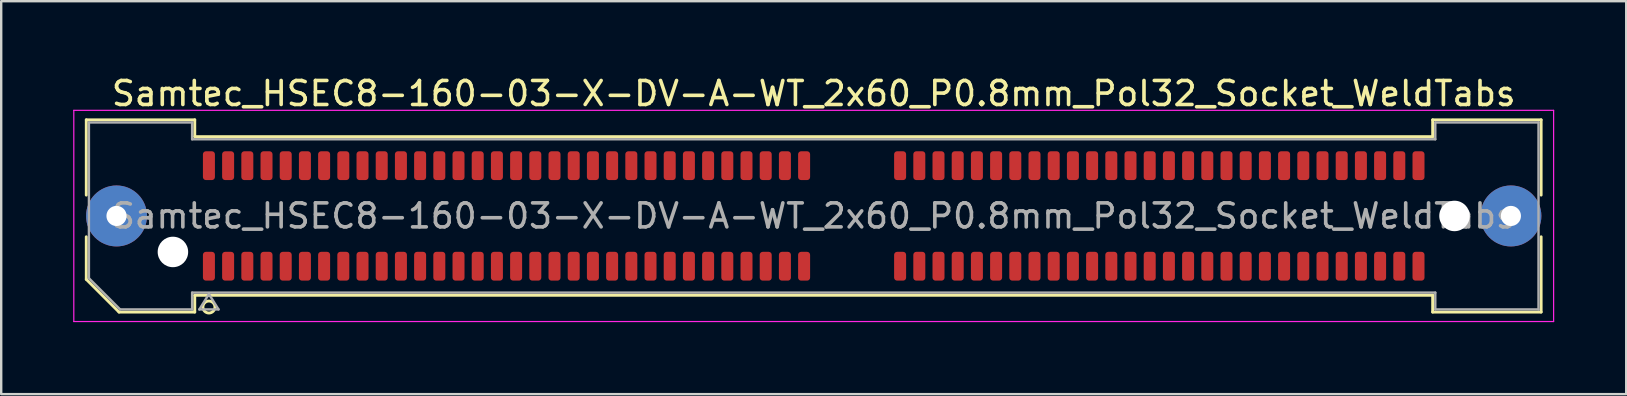
<source format=kicad_pcb>
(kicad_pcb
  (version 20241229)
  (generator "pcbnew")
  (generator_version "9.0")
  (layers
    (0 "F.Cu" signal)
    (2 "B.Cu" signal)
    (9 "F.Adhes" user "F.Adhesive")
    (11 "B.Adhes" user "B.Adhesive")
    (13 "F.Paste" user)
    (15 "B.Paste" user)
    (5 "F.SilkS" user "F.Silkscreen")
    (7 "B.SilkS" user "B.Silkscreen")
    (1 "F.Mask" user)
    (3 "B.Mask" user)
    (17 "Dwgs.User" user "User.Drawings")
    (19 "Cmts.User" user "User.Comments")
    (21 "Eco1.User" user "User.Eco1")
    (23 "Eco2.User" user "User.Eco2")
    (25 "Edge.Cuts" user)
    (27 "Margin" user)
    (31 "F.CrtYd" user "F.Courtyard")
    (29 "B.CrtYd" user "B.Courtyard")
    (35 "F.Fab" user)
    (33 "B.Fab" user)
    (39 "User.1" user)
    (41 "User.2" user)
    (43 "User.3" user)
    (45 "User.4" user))
  (footprint "Samtec_HSEC8-160-03-X-DV-A-WT_2x60_P0.8mm_Pol32_Socket_WeldTabs"
    (layer "F.Cu")
    (at 30.855 5.948)
    (property "Reference" "Samtec_HSEC8-160-03-X-DV-A-WT_2x60_P0.8mm_Pol32_Socket_WeldTabs" (at 0 -5.1 0) (layer "F.SilkS") (effects (font (size 1 1) (thickness 0.15))))
    (attr smd)
    (fp_line (start -30.31 -4.005) (end -25.79 -4.005) (stroke (width 0.12) (type solid)) (layer "F.SilkS"))
    (fp_line (start -30.31 -0.868) (end -30.31 -4.005) (stroke (width 0.12) (type solid)) (layer "F.SilkS"))
    (fp_line (start -30.31 2.641) (end -30.31 0.868) (stroke (width 0.12) (type solid)) (layer "F.SilkS"))
    (fp_line (start -28.946 4.005) (end -30.31 2.641) (stroke (width 0.12) (type solid)) (layer "F.SilkS"))
    (fp_line (start -25.79 -4.005) (end -25.79 -3.305) (stroke (width 0.12) (type solid)) (layer "F.SilkS"))
    (fp_line (start -25.79 -3.305) (end 25.79 -3.305) (stroke (width 0.12) (type solid)) (layer "F.SilkS"))
    (fp_line (start -25.79 3.305) (end -25.79 4.005) (stroke (width 0.12) (type solid)) (layer "F.SilkS"))
    (fp_line (start -25.79 4.005) (end -28.946 4.005) (stroke (width 0.12) (type solid)) (layer "F.SilkS"))
    (fp_line (start 25.79 -4.005) (end 30.31 -4.005) (stroke (width 0.12) (type solid)) (layer "F.SilkS"))
    (fp_line (start 25.79 -3.305) (end 25.79 -4.005) (stroke (width 0.12) (type solid)) (layer "F.SilkS"))
    (fp_line (start 25.79 3.305) (end -25.79 3.305) (stroke (width 0.12) (type solid)) (layer "F.SilkS"))
    (fp_line (start 25.79 4.005) (end 25.79 3.305) (stroke (width 0.12) (type solid)) (layer "F.SilkS"))
    (fp_line (start 30.31 -4.005) (end 30.31 -0.868) (stroke (width 0.12) (type solid)) (layer "F.SilkS"))
    (fp_line (start 30.31 0.868) (end 30.31 4.005) (stroke (width 0.12) (type solid)) (layer "F.SilkS"))
    (fp_line (start 30.31 4.005) (end 25.79 4.005) (stroke (width 0.12) (type solid)) (layer "F.SilkS"))
    (fp_circle (center -25.2 3.795) (end -24.95 3.795) (stroke (width 0.12) (type solid)) (fill no) (layer "F.SilkS"))
    (fp_line (start -30.83 -4.4) (end -30.83 4.4) (stroke (width 0.05) (type solid)) (layer "F.CrtYd"))
    (fp_line (start -30.83 4.4) (end 30.83 4.4) (stroke (width 0.05) (type solid)) (layer "F.CrtYd"))
    (fp_line (start 30.83 -4.4) (end -30.83 -4.4) (stroke (width 0.05) (type solid)) (layer "F.CrtYd"))
    (fp_line (start 30.83 4.4) (end 30.83 -4.4) (stroke (width 0.05) (type solid)) (layer "F.CrtYd"))
    (fp_line (start -30.2 -3.895) (end -25.9 -3.895) (stroke (width 0.1) (type solid)) (layer "F.Fab"))
    (fp_line (start -30.2 2.595) (end -30.2 -3.895) (stroke (width 0.1) (type solid)) (layer "F.Fab"))
    (fp_line (start -28.9 3.895) (end -30.2 2.595) (stroke (width 0.1) (type solid)) (layer "F.Fab"))
    (fp_line (start -25.9 -3.895) (end -25.9 -3.195) (stroke (width 0.1) (type solid)) (layer "F.Fab"))
    (fp_line (start -25.9 -3.195) (end 25.9 -3.195) (stroke (width 0.1) (type solid)) (layer "F.Fab"))
    (fp_line (start -25.9 3.195) (end -25.9 3.895) (stroke (width 0.1) (type solid)) (layer "F.Fab"))
    (fp_line (start -25.9 3.895) (end -28.9 3.895) (stroke (width 0.1) (type solid)) (layer "F.Fab"))
    (fp_line (start -25.6 3.895) (end -25.2 3.255) (stroke (width 0.1) (type solid)) (layer "F.Fab"))
    (fp_line (start -25.2 3.255) (end -24.8 3.895) (stroke (width 0.1) (type solid)) (layer "F.Fab"))
    (fp_line (start -24.8 3.895) (end -25.6 3.895) (stroke (width 0.1) (type solid)) (layer "F.Fab"))
    (fp_line (start 25.9 -3.895) (end 30.2 -3.895) (stroke (width 0.1) (type solid)) (layer "F.Fab"))
    (fp_line (start 25.9 -3.195) (end 25.9 -3.895) (stroke (width 0.1) (type solid)) (layer "F.Fab"))
    (fp_line (start 25.9 3.195) (end -25.9 3.195) (stroke (width 0.1) (type solid)) (layer "F.Fab"))
    (fp_line (start 25.9 3.895) (end 25.9 3.195) (stroke (width 0.1) (type solid)) (layer "F.Fab"))
    (fp_line (start 30.2 -3.895) (end 30.2 3.895) (stroke (width 0.1) (type solid)) (layer "F.Fab"))
    (fp_line (start 30.2 3.895) (end 25.9 3.895) (stroke (width 0.1) (type solid)) (layer "F.Fab"))
    (fp_text user "${REFERENCE}" (at 0 0 0) (layer "F.Fab") (effects (font (size 1 1) (thickness 0.15))))
    (pad "" thru_hole circle (at -29.05 0) (size 2.54 2.54) (drill 0.84) (layers "*.Cu" "*.Mask" "F.Paste"))
    (pad "" np_thru_hole circle (at -26.7 1.5) (size 1.27 1.27) (drill 1.27) (layers "*.Cu" "*.Mask"))
    (pad "" np_thru_hole circle (at 26.7 0) (size 1.27 1.27) (drill 1.27) (layers "*.Cu" "*.Mask"))
    (pad "" thru_hole circle (at 29.05 0) (size 2.54 2.54) (drill 0.84) (layers "*.Cu" "*.Mask" "F.Paste"))
    (pad "1" smd roundrect (at -25.2 2.095) (size 0.5 1.2) (layers "F.Cu" "F.Mask" "F.Paste") (roundrect_rratio 0.25))
    (pad "2" smd roundrect (at -25.2 -2.095) (size 0.5 1.2) (layers "F.Cu" "F.Mask" "F.Paste") (roundrect_rratio 0.25))
    (pad "3" smd roundrect (at -24.4 2.095) (size 0.5 1.2) (layers "F.Cu" "F.Mask" "F.Paste") (roundrect_rratio 0.25))
    (pad "4" smd roundrect (at -24.4 -2.095) (size 0.5 1.2) (layers "F.Cu" "F.Mask" "F.Paste") (roundrect_rratio 0.25))
    (pad "5" smd roundrect (at -23.6 2.095) (size 0.5 1.2) (layers "F.Cu" "F.Mask" "F.Paste") (roundrect_rratio 0.25))
    (pad "6" smd roundrect (at -23.6 -2.095) (size 0.5 1.2) (layers "F.Cu" "F.Mask" "F.Paste") (roundrect_rratio 0.25))
    (pad "7" smd roundrect (at -22.8 2.095) (size 0.5 1.2) (layers "F.Cu" "F.Mask" "F.Paste") (roundrect_rratio 0.25))
    (pad "8" smd roundrect (at -22.8 -2.095) (size 0.5 1.2) (layers "F.Cu" "F.Mask" "F.Paste") (roundrect_rratio 0.25))
    (pad "9" smd roundrect (at -22 2.095) (size 0.5 1.2) (layers "F.Cu" "F.Mask" "F.Paste") (roundrect_rratio 0.25))
    (pad "10" smd roundrect (at -22 -2.095) (size 0.5 1.2) (layers "F.Cu" "F.Mask" "F.Paste") (roundrect_rratio 0.25))
    (pad "11" smd roundrect (at -21.2 2.095) (size 0.5 1.2) (layers "F.Cu" "F.Mask" "F.Paste") (roundrect_rratio 0.25))
    (pad "12" smd roundrect (at -21.2 -2.095) (size 0.5 1.2) (layers "F.Cu" "F.Mask" "F.Paste") (roundrect_rratio 0.25))
    (pad "13" smd roundrect (at -20.4 2.095) (size 0.5 1.2) (layers "F.Cu" "F.Mask" "F.Paste") (roundrect_rratio 0.25))
    (pad "14" smd roundrect (at -20.4 -2.095) (size 0.5 1.2) (layers "F.Cu" "F.Mask" "F.Paste") (roundrect_rratio 0.25))
    (pad "15" smd roundrect (at -19.6 2.095) (size 0.5 1.2) (layers "F.Cu" "F.Mask" "F.Paste") (roundrect_rratio 0.25))
    (pad "16" smd roundrect (at -19.6 -2.095) (size 0.5 1.2) (layers "F.Cu" "F.Mask" "F.Paste") (roundrect_rratio 0.25))
    (pad "17" smd roundrect (at -18.8 2.095) (size 0.5 1.2) (layers "F.Cu" "F.Mask" "F.Paste") (roundrect_rratio 0.25))
    (pad "18" smd roundrect (at -18.8 -2.095) (size 0.5 1.2) (layers "F.Cu" "F.Mask" "F.Paste") (roundrect_rratio 0.25))
    (pad "19" smd roundrect (at -18 2.095) (size 0.5 1.2) (layers "F.Cu" "F.Mask" "F.Paste") (roundrect_rratio 0.25))
    (pad "20" smd roundrect (at -18 -2.095) (size 0.5 1.2) (layers "F.Cu" "F.Mask" "F.Paste") (roundrect_rratio 0.25))
    (pad "21" smd roundrect (at -17.2 2.095) (size 0.5 1.2) (layers "F.Cu" "F.Mask" "F.Paste") (roundrect_rratio 0.25))
    (pad "22" smd roundrect (at -17.2 -2.095) (size 0.5 1.2) (layers "F.Cu" "F.Mask" "F.Paste") (roundrect_rratio 0.25))
    (pad "23" smd roundrect (at -16.4 2.095) (size 0.5 1.2) (layers "F.Cu" "F.Mask" "F.Paste") (roundrect_rratio 0.25))
    (pad "24" smd roundrect (at -16.4 -2.095) (size 0.5 1.2) (layers "F.Cu" "F.Mask" "F.Paste") (roundrect_rratio 0.25))
    (pad "25" smd roundrect (at -15.6 2.095) (size 0.5 1.2) (layers "F.Cu" "F.Mask" "F.Paste") (roundrect_rratio 0.25))
    (pad "26" smd roundrect (at -15.6 -2.095) (size 0.5 1.2) (layers "F.Cu" "F.Mask" "F.Paste") (roundrect_rratio 0.25))
    (pad "27" smd roundrect (at -14.8 2.095) (size 0.5 1.2) (layers "F.Cu" "F.Mask" "F.Paste") (roundrect_rratio 0.25))
    (pad "28" smd roundrect (at -14.8 -2.095) (size 0.5 1.2) (layers "F.Cu" "F.Mask" "F.Paste") (roundrect_rratio 0.25))
    (pad "29" smd roundrect (at -14 2.095) (size 0.5 1.2) (layers "F.Cu" "F.Mask" "F.Paste") (roundrect_rratio 0.25))
    (pad "30" smd roundrect (at -14 -2.095) (size 0.5 1.2) (layers "F.Cu" "F.Mask" "F.Paste") (roundrect_rratio 0.25))
    (pad "31" smd roundrect (at -13.2 2.095) (size 0.5 1.2) (layers "F.Cu" "F.Mask" "F.Paste") (roundrect_rratio 0.25))
    (pad "32" smd roundrect (at -13.2 -2.095) (size 0.5 1.2) (layers "F.Cu" "F.Mask" "F.Paste") (roundrect_rratio 0.25))
    (pad "33" smd roundrect (at -12.4 2.095) (size 0.5 1.2) (layers "F.Cu" "F.Mask" "F.Paste") (roundrect_rratio 0.25))
    (pad "34" smd roundrect (at -12.4 -2.095) (size 0.5 1.2) (layers "F.Cu" "F.Mask" "F.Paste") (roundrect_rratio 0.25))
    (pad "35" smd roundrect (at -11.6 2.095) (size 0.5 1.2) (layers "F.Cu" "F.Mask" "F.Paste") (roundrect_rratio 0.25))
    (pad "36" smd roundrect (at -11.6 -2.095) (size 0.5 1.2) (layers "F.Cu" "F.Mask" "F.Paste") (roundrect_rratio 0.25))
    (pad "37" smd roundrect (at -10.8 2.095) (size 0.5 1.2) (layers "F.Cu" "F.Mask" "F.Paste") (roundrect_rratio 0.25))
    (pad "38" smd roundrect (at -10.8 -2.095) (size 0.5 1.2) (layers "F.Cu" "F.Mask" "F.Paste") (roundrect_rratio 0.25))
    (pad "39" smd roundrect (at -10 2.095) (size 0.5 1.2) (layers "F.Cu" "F.Mask" "F.Paste") (roundrect_rratio 0.25))
    (pad "40" smd roundrect (at -10 -2.095) (size 0.5 1.2) (layers "F.Cu" "F.Mask" "F.Paste") (roundrect_rratio 0.25))
    (pad "41" smd roundrect (at -9.2 2.095) (size 0.5 1.2) (layers "F.Cu" "F.Mask" "F.Paste") (roundrect_rratio 0.25))
    (pad "42" smd roundrect (at -9.2 -2.095) (size 0.5 1.2) (layers "F.Cu" "F.Mask" "F.Paste") (roundrect_rratio 0.25))
    (pad "43" smd roundrect (at -8.4 2.095) (size 0.5 1.2) (layers "F.Cu" "F.Mask" "F.Paste") (roundrect_rratio 0.25))
    (pad "44" smd roundrect (at -8.4 -2.095) (size 0.5 1.2) (layers "F.Cu" "F.Mask" "F.Paste") (roundrect_rratio 0.25))
    (pad "45" smd roundrect (at -7.6 2.095) (size 0.5 1.2) (layers "F.Cu" "F.Mask" "F.Paste") (roundrect_rratio 0.25))
    (pad "46" smd roundrect (at -7.6 -2.095) (size 0.5 1.2) (layers "F.Cu" "F.Mask" "F.Paste") (roundrect_rratio 0.25))
    (pad "47" smd roundrect (at -6.8 2.095) (size 0.5 1.2) (layers "F.Cu" "F.Mask" "F.Paste") (roundrect_rratio 0.25))
    (pad "48" smd roundrect (at -6.8 -2.095) (size 0.5 1.2) (layers "F.Cu" "F.Mask" "F.Paste") (roundrect_rratio 0.25))
    (pad "49" smd roundrect (at -6 2.095) (size 0.5 1.2) (layers "F.Cu" "F.Mask" "F.Paste") (roundrect_rratio 0.25))
    (pad "50" smd roundrect (at -6 -2.095) (size 0.5 1.2) (layers "F.Cu" "F.Mask" "F.Paste") (roundrect_rratio 0.25))
    (pad "51" smd roundrect (at -5.2 2.095) (size 0.5 1.2) (layers "F.Cu" "F.Mask" "F.Paste") (roundrect_rratio 0.25))
    (pad "52" smd roundrect (at -5.2 -2.095) (size 0.5 1.2) (layers "F.Cu" "F.Mask" "F.Paste") (roundrect_rratio 0.25))
    (pad "53" smd roundrect (at -4.4 2.095) (size 0.5 1.2) (layers "F.Cu" "F.Mask" "F.Paste") (roundrect_rratio 0.25))
    (pad "54" smd roundrect (at -4.4 -2.095) (size 0.5 1.2) (layers "F.Cu" "F.Mask" "F.Paste") (roundrect_rratio 0.25))
    (pad "55" smd roundrect (at -3.6 2.095) (size 0.5 1.2) (layers "F.Cu" "F.Mask" "F.Paste") (roundrect_rratio 0.25))
    (pad "56" smd roundrect (at -3.6 -2.095) (size 0.5 1.2) (layers "F.Cu" "F.Mask" "F.Paste") (roundrect_rratio 0.25))
    (pad "57" smd roundrect (at -2.8 2.095) (size 0.5 1.2) (layers "F.Cu" "F.Mask" "F.Paste") (roundrect_rratio 0.25))
    (pad "58" smd roundrect (at -2.8 -2.095) (size 0.5 1.2) (layers "F.Cu" "F.Mask" "F.Paste") (roundrect_rratio 0.25))
    (pad "59" smd roundrect (at -2 2.095) (size 0.5 1.2) (layers "F.Cu" "F.Mask" "F.Paste") (roundrect_rratio 0.25))
    (pad "60" smd roundrect (at -2 -2.095) (size 0.5 1.2) (layers "F.Cu" "F.Mask" "F.Paste") (roundrect_rratio 0.25))
    (pad "61" smd roundrect (at -1.2 2.095) (size 0.5 1.2) (layers "F.Cu" "F.Mask" "F.Paste") (roundrect_rratio 0.25))
    (pad "62" smd roundrect (at -1.2 -2.095) (size 0.5 1.2) (layers "F.Cu" "F.Mask" "F.Paste") (roundrect_rratio 0.25))
    (pad "63" smd roundrect (at -0.4 2.095) (size 0.5 1.2) (layers "F.Cu" "F.Mask" "F.Paste") (roundrect_rratio 0.25))
    (pad "64" smd roundrect (at -0.4 -2.095) (size 0.5 1.2) (layers "F.Cu" "F.Mask" "F.Paste") (roundrect_rratio 0.25))
    (pad "65" smd roundrect (at 3.6 2.095) (size 0.5 1.2) (layers "F.Cu" "F.Mask" "F.Paste") (roundrect_rratio 0.25))
    (pad "66" smd roundrect (at 3.6 -2.095) (size 0.5 1.2) (layers "F.Cu" "F.Mask" "F.Paste") (roundrect_rratio 0.25))
    (pad "67" smd roundrect (at 4.4 2.095) (size 0.5 1.2) (layers "F.Cu" "F.Mask" "F.Paste") (roundrect_rratio 0.25))
    (pad "68" smd roundrect (at 4.4 -2.095) (size 0.5 1.2) (layers "F.Cu" "F.Mask" "F.Paste") (roundrect_rratio 0.25))
    (pad "69" smd roundrect (at 5.2 2.095) (size 0.5 1.2) (layers "F.Cu" "F.Mask" "F.Paste") (roundrect_rratio 0.25))
    (pad "70" smd roundrect (at 5.2 -2.095) (size 0.5 1.2) (layers "F.Cu" "F.Mask" "F.Paste") (roundrect_rratio 0.25))
    (pad "71" smd roundrect (at 6 2.095) (size 0.5 1.2) (layers "F.Cu" "F.Mask" "F.Paste") (roundrect_rratio 0.25))
    (pad "72" smd roundrect (at 6 -2.095) (size 0.5 1.2) (layers "F.Cu" "F.Mask" "F.Paste") (roundrect_rratio 0.25))
    (pad "73" smd roundrect (at 6.8 2.095) (size 0.5 1.2) (layers "F.Cu" "F.Mask" "F.Paste") (roundrect_rratio 0.25))
    (pad "74" smd roundrect (at 6.8 -2.095) (size 0.5 1.2) (layers "F.Cu" "F.Mask" "F.Paste") (roundrect_rratio 0.25))
    (pad "75" smd roundrect (at 7.6 2.095) (size 0.5 1.2) (layers "F.Cu" "F.Mask" "F.Paste") (roundrect_rratio 0.25))
    (pad "76" smd roundrect (at 7.6 -2.095) (size 0.5 1.2) (layers "F.Cu" "F.Mask" "F.Paste") (roundrect_rratio 0.25))
    (pad "77" smd roundrect (at 8.4 2.095) (size 0.5 1.2) (layers "F.Cu" "F.Mask" "F.Paste") (roundrect_rratio 0.25))
    (pad "78" smd roundrect (at 8.4 -2.095) (size 0.5 1.2) (layers "F.Cu" "F.Mask" "F.Paste") (roundrect_rratio 0.25))
    (pad "79" smd roundrect (at 9.2 2.095) (size 0.5 1.2) (layers "F.Cu" "F.Mask" "F.Paste") (roundrect_rratio 0.25))
    (pad "80" smd roundrect (at 9.2 -2.095) (size 0.5 1.2) (layers "F.Cu" "F.Mask" "F.Paste") (roundrect_rratio 0.25))
    (pad "81" smd roundrect (at 10 2.095) (size 0.5 1.2) (layers "F.Cu" "F.Mask" "F.Paste") (roundrect_rratio 0.25))
    (pad "82" smd roundrect (at 10 -2.095) (size 0.5 1.2) (layers "F.Cu" "F.Mask" "F.Paste") (roundrect_rratio 0.25))
    (pad "83" smd roundrect (at 10.8 2.095) (size 0.5 1.2) (layers "F.Cu" "F.Mask" "F.Paste") (roundrect_rratio 0.25))
    (pad "84" smd roundrect (at 10.8 -2.095) (size 0.5 1.2) (layers "F.Cu" "F.Mask" "F.Paste") (roundrect_rratio 0.25))
    (pad "85" smd roundrect (at 11.6 2.095) (size 0.5 1.2) (layers "F.Cu" "F.Mask" "F.Paste") (roundrect_rratio 0.25))
    (pad "86" smd roundrect (at 11.6 -2.095) (size 0.5 1.2) (layers "F.Cu" "F.Mask" "F.Paste") (roundrect_rratio 0.25))
    (pad "87" smd roundrect (at 12.4 2.095) (size 0.5 1.2) (layers "F.Cu" "F.Mask" "F.Paste") (roundrect_rratio 0.25))
    (pad "88" smd roundrect (at 12.4 -2.095) (size 0.5 1.2) (layers "F.Cu" "F.Mask" "F.Paste") (roundrect_rratio 0.25))
    (pad "89" smd roundrect (at 13.2 2.095) (size 0.5 1.2) (layers "F.Cu" "F.Mask" "F.Paste") (roundrect_rratio 0.25))
    (pad "90" smd roundrect (at 13.2 -2.095) (size 0.5 1.2) (layers "F.Cu" "F.Mask" "F.Paste") (roundrect_rratio 0.25))
    (pad "91" smd roundrect (at 14 2.095) (size 0.5 1.2) (layers "F.Cu" "F.Mask" "F.Paste") (roundrect_rratio 0.25))
    (pad "92" smd roundrect (at 14 -2.095) (size 0.5 1.2) (layers "F.Cu" "F.Mask" "F.Paste") (roundrect_rratio 0.25))
    (pad "93" smd roundrect (at 14.8 2.095) (size 0.5 1.2) (layers "F.Cu" "F.Mask" "F.Paste") (roundrect_rratio 0.25))
    (pad "94" smd roundrect (at 14.8 -2.095) (size 0.5 1.2) (layers "F.Cu" "F.Mask" "F.Paste") (roundrect_rratio 0.25))
    (pad "95" smd roundrect (at 15.6 2.095) (size 0.5 1.2) (layers "F.Cu" "F.Mask" "F.Paste") (roundrect_rratio 0.25))
    (pad "96" smd roundrect (at 15.6 -2.095) (size 0.5 1.2) (layers "F.Cu" "F.Mask" "F.Paste") (roundrect_rratio 0.25))
    (pad "97" smd roundrect (at 16.4 2.095) (size 0.5 1.2) (layers "F.Cu" "F.Mask" "F.Paste") (roundrect_rratio 0.25))
    (pad "98" smd roundrect (at 16.4 -2.095) (size 0.5 1.2) (layers "F.Cu" "F.Mask" "F.Paste") (roundrect_rratio 0.25))
    (pad "99" smd roundrect (at 17.2 2.095) (size 0.5 1.2) (layers "F.Cu" "F.Mask" "F.Paste") (roundrect_rratio 0.25))
    (pad "100" smd roundrect (at 17.2 -2.095) (size 0.5 1.2) (layers "F.Cu" "F.Mask" "F.Paste") (roundrect_rratio 0.25))
    (pad "101" smd roundrect (at 18 2.095) (size 0.5 1.2) (layers "F.Cu" "F.Mask" "F.Paste") (roundrect_rratio 0.25))
    (pad "102" smd roundrect (at 18 -2.095) (size 0.5 1.2) (layers "F.Cu" "F.Mask" "F.Paste") (roundrect_rratio 0.25))
    (pad "103" smd roundrect (at 18.8 2.095) (size 0.5 1.2) (layers "F.Cu" "F.Mask" "F.Paste") (roundrect_rratio 0.25))
    (pad "104" smd roundrect (at 18.8 -2.095) (size 0.5 1.2) (layers "F.Cu" "F.Mask" "F.Paste") (roundrect_rratio 0.25))
    (pad "105" smd roundrect (at 19.6 2.095) (size 0.5 1.2) (layers "F.Cu" "F.Mask" "F.Paste") (roundrect_rratio 0.25))
    (pad "106" smd roundrect (at 19.6 -2.095) (size 0.5 1.2) (layers "F.Cu" "F.Mask" "F.Paste") (roundrect_rratio 0.25))
    (pad "107" smd roundrect (at 20.4 2.095) (size 0.5 1.2) (layers "F.Cu" "F.Mask" "F.Paste") (roundrect_rratio 0.25))
    (pad "108" smd roundrect (at 20.4 -2.095) (size 0.5 1.2) (layers "F.Cu" "F.Mask" "F.Paste") (roundrect_rratio 0.25))
    (pad "109" smd roundrect (at 21.2 2.095) (size 0.5 1.2) (layers "F.Cu" "F.Mask" "F.Paste") (roundrect_rratio 0.25))
    (pad "110" smd roundrect (at 21.2 -2.095) (size 0.5 1.2) (layers "F.Cu" "F.Mask" "F.Paste") (roundrect_rratio 0.25))
    (pad "111" smd roundrect (at 22 2.095) (size 0.5 1.2) (layers "F.Cu" "F.Mask" "F.Paste") (roundrect_rratio 0.25))
    (pad "112" smd roundrect (at 22 -2.095) (size 0.5 1.2) (layers "F.Cu" "F.Mask" "F.Paste") (roundrect_rratio 0.25))
    (pad "113" smd roundrect (at 22.8 2.095) (size 0.5 1.2) (layers "F.Cu" "F.Mask" "F.Paste") (roundrect_rratio 0.25))
    (pad "114" smd roundrect (at 22.8 -2.095) (size 0.5 1.2) (layers "F.Cu" "F.Mask" "F.Paste") (roundrect_rratio 0.25))
    (pad "115" smd roundrect (at 23.6 2.095) (size 0.5 1.2) (layers "F.Cu" "F.Mask" "F.Paste") (roundrect_rratio 0.25))
    (pad "116" smd roundrect (at 23.6 -2.095) (size 0.5 1.2) (layers "F.Cu" "F.Mask" "F.Paste") (roundrect_rratio 0.25))
    (pad "117" smd roundrect (at 24.4 2.095) (size 0.5 1.2) (layers "F.Cu" "F.Mask" "F.Paste") (roundrect_rratio 0.25))
    (pad "118" smd roundrect (at 24.4 -2.095) (size 0.5 1.2) (layers "F.Cu" "F.Mask" "F.Paste") (roundrect_rratio 0.25))
    (pad "119" smd roundrect (at 25.2 2.095) (size 0.5 1.2) (layers "F.Cu" "F.Mask" "F.Paste") (roundrect_rratio 0.25))
    (pad "120" smd roundrect (at 25.2 -2.095) (size 0.5 1.2) (layers "F.Cu" "F.Mask" "F.Paste") (roundrect_rratio 0.25)))
  (gr_rect
    (start -3 -3)
    (end 64.71 13.373)
    (stroke (width 0.1) (type default))
    (fill no)
    (layer "Edge.Cuts")))
</source>
